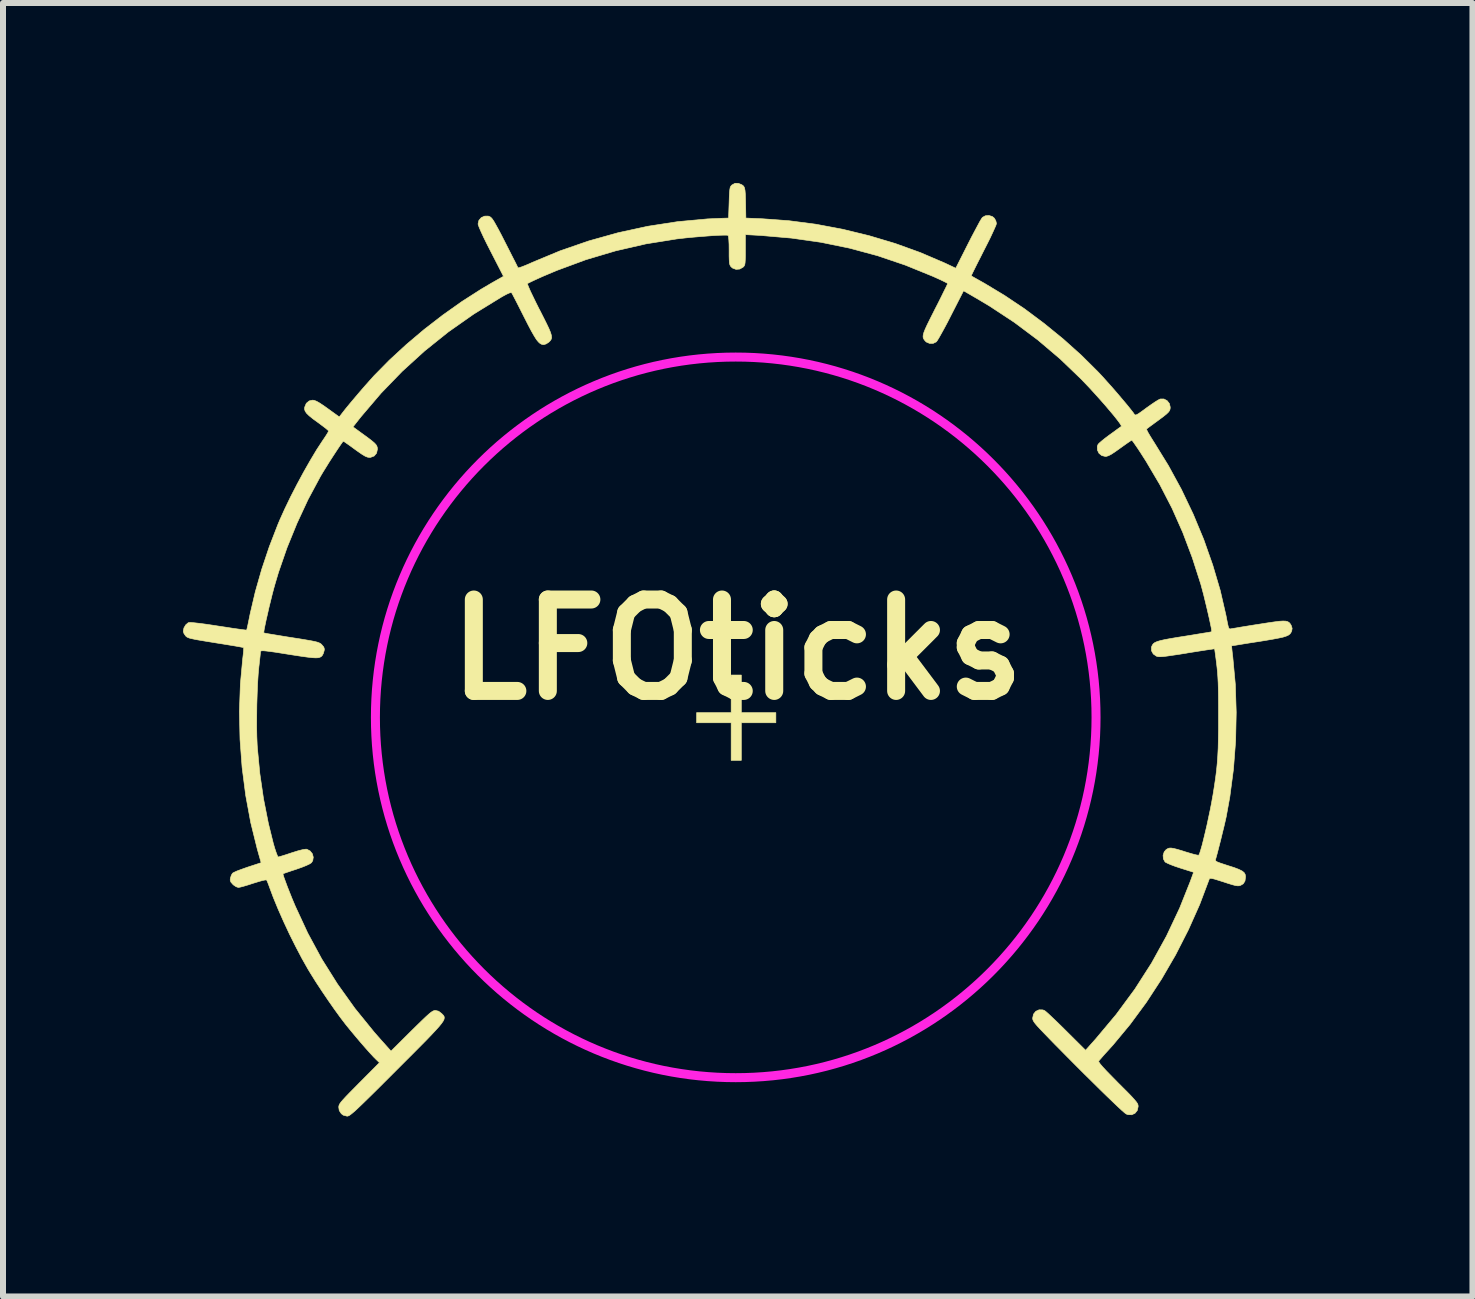
<source format=kicad_pcb>
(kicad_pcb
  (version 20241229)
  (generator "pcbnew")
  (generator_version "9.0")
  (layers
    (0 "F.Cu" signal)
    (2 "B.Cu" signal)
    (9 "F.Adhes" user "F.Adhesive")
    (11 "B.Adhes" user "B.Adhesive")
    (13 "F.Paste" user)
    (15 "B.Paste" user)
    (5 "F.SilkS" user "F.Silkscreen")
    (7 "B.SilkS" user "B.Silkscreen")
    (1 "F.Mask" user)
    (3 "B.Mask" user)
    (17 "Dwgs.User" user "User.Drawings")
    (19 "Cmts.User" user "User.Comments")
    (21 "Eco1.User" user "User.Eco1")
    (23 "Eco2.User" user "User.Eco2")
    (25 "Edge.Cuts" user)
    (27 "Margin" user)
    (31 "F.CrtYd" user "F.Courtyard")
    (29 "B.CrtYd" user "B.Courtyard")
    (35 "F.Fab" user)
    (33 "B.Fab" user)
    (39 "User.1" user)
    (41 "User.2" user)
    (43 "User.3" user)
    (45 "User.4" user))
  (footprint "LFOticks"
    (layer "F.Cu")
    (at 9.214 8.921)
    (property "Reference" "LFOticks" (at 0.025 -1.143 0) (layer "F.SilkS") (effects (font (size 1.524 1.524) (thickness 0.3))))
    (attr through_hole)
    (fp_poly (pts (xy 0.093 -0.092) (xy 0.669 -0.092) (xy 0.669 0.077) (xy 0.093 0.077) (xy 0.093 0.704) (xy -0.076 0.704) (xy -0.076 0.077) (xy -0.652 0.077) (xy -0.652 -0.092) (xy -0.076 -0.092) (xy -0.076 -0.719) (xy 0.093 -0.719) (xy 0.093 -0.092)) (stroke (width 0.01) (type solid)) (fill yes) (layer "F.SilkS"))
    (fp_poly (pts (xy 0.043 -8.915) (xy 0.094 -8.895) (xy 0.118 -8.881) (xy 0.135 -8.863) (xy 0.147 -8.837) (xy 0.155 -8.796) (xy 0.16 -8.737) (xy 0.163 -8.653) (xy 0.165 -8.565) (xy 0.169 -8.336) (xy 0.449 -8.324) (xy 0.886 -8.292) (xy 1.332 -8.234) (xy 1.78 -8.15) (xy 2.224 -8.042) (xy 2.659 -7.912) (xy 3.077 -7.761) (xy 3.474 -7.591) (xy 3.494 -7.582) (xy 3.668 -7.5) (xy 3.874 -7.908) (xy 3.93 -8.018) (xy 3.983 -8.118) (xy 4.03 -8.206) (xy 4.068 -8.277) (xy 4.097 -8.325) (xy 4.112 -8.347) (xy 4.161 -8.374) (xy 4.22 -8.379) (xy 4.277 -8.362) (xy 4.311 -8.334) (xy 4.336 -8.289) (xy 4.346 -8.246) (xy 4.339 -8.22) (xy 4.317 -8.169) (xy 4.284 -8.096) (xy 4.242 -8.006) (xy 4.191 -7.904) (xy 4.135 -7.794) (xy 4.133 -7.79) (xy 4.078 -7.681) (xy 4.028 -7.583) (xy 3.986 -7.499) (xy 3.954 -7.434) (xy 3.933 -7.39) (xy 3.926 -7.372) (xy 3.926 -7.372) (xy 3.942 -7.363) (xy 3.982 -7.34) (xy 4.041 -7.307) (xy 4.114 -7.266) (xy 4.151 -7.245) (xy 4.48 -7.047) (xy 4.813 -6.824) (xy 5.141 -6.579) (xy 5.459 -6.32) (xy 5.76 -6.05) (xy 6.035 -5.777) (xy 6.112 -5.695) (xy 6.19 -5.608) (xy 6.275 -5.513) (xy 6.361 -5.414) (xy 6.443 -5.317) (xy 6.518 -5.228) (xy 6.581 -5.15) (xy 6.627 -5.091) (xy 6.639 -5.073) (xy 6.651 -5.059) (xy 6.663 -5.053) (xy 6.682 -5.058) (xy 6.712 -5.074) (xy 6.758 -5.106) (xy 6.825 -5.155) (xy 6.849 -5.173) (xy 6.921 -5.224) (xy 6.987 -5.269) (xy 7.04 -5.302) (xy 7.074 -5.319) (xy 7.078 -5.32) (xy 7.138 -5.32) (xy 7.191 -5.292) (xy 7.229 -5.244) (xy 7.243 -5.184) (xy 7.241 -5.155) (xy 7.233 -5.129) (xy 7.214 -5.102) (xy 7.181 -5.07) (xy 7.129 -5.028) (xy 7.055 -4.973) (xy 7.032 -4.956) (xy 6.966 -4.908) (xy 6.909 -4.866) (xy 6.869 -4.836) (xy 6.849 -4.82) (xy 6.849 -4.82) (xy 6.853 -4.802) (xy 6.873 -4.762) (xy 6.907 -4.704) (xy 6.951 -4.633) (xy 6.979 -4.589) (xy 7.212 -4.211) (xy 7.429 -3.813) (xy 7.626 -3.4) (xy 7.801 -2.979) (xy 7.951 -2.553) (xy 8.076 -2.13) (xy 8.172 -1.714) (xy 8.185 -1.646) (xy 8.2 -1.571) (xy 8.211 -1.523) (xy 8.221 -1.497) (xy 8.234 -1.488) (xy 8.251 -1.488) (xy 8.259 -1.49) (xy 8.288 -1.495) (xy 8.344 -1.504) (xy 8.424 -1.518) (xy 8.523 -1.534) (xy 8.634 -1.552) (xy 8.725 -1.566) (xy 8.865 -1.588) (xy 8.975 -1.604) (xy 9.06 -1.615) (xy 9.123 -1.619) (xy 9.169 -1.617) (xy 9.202 -1.608) (xy 9.226 -1.593) (xy 9.244 -1.572) (xy 9.259 -1.547) (xy 9.275 -1.497) (xy 9.268 -1.455) (xy 9.256 -1.428) (xy 9.24 -1.405) (xy 9.215 -1.385) (xy 9.178 -1.368) (xy 9.125 -1.351) (xy 9.052 -1.335) (xy 8.957 -1.317) (xy 8.834 -1.296) (xy 8.718 -1.277) (xy 8.599 -1.259) (xy 8.492 -1.242) (xy 8.401 -1.227) (xy 8.33 -1.215) (xy 8.283 -1.208) (xy 8.266 -1.205) (xy 8.266 -1.205) (xy 8.267 -1.188) (xy 8.271 -1.145) (xy 8.278 -1.081) (xy 8.286 -1.016) (xy 8.328 -0.563) (xy 8.343 -0.096) (xy 8.333 0.378) (xy 8.297 0.85) (xy 8.236 1.314) (xy 8.176 1.644) (xy 8.16 1.715) (xy 8.138 1.81) (xy 8.111 1.919) (xy 8.083 2.035) (xy 8.054 2.148) (xy 8.028 2.249) (xy 8.006 2.329) (xy 7.998 2.356) (xy 7.997 2.371) (xy 8.006 2.384) (xy 8.03 2.398) (xy 8.075 2.415) (xy 8.144 2.438) (xy 8.202 2.457) (xy 8.309 2.491) (xy 8.387 2.521) (xy 8.441 2.548) (xy 8.474 2.574) (xy 8.492 2.604) (xy 8.498 2.64) (xy 8.498 2.646) (xy 8.489 2.715) (xy 8.46 2.761) (xy 8.416 2.787) (xy 8.393 2.794) (xy 8.366 2.795) (xy 8.329 2.79) (xy 8.277 2.776) (xy 8.202 2.753) (xy 8.135 2.731) (xy 8.043 2.702) (xy 7.978 2.682) (xy 7.936 2.672) (xy 7.911 2.67) (xy 7.898 2.675) (xy 7.893 2.684) (xy 7.734 3.106) (xy 7.546 3.527) (xy 7.334 3.943) (xy 7.099 4.348) (xy 6.845 4.737) (xy 6.574 5.105) (xy 6.29 5.447) (xy 6.205 5.541) (xy 6.149 5.602) (xy 6.102 5.656) (xy 6.067 5.696) (xy 6.05 5.717) (xy 6.05 5.717) (xy 6.054 5.733) (xy 6.076 5.765) (xy 6.118 5.814) (xy 6.181 5.882) (xy 6.267 5.97) (xy 6.372 6.077) (xy 6.471 6.176) (xy 6.549 6.254) (xy 6.607 6.315) (xy 6.649 6.362) (xy 6.678 6.397) (xy 6.696 6.423) (xy 6.705 6.445) (xy 6.708 6.464) (xy 6.708 6.475) (xy 6.694 6.539) (xy 6.656 6.586) (xy 6.602 6.611) (xy 6.541 6.61) (xy 6.51 6.599) (xy 6.484 6.58) (xy 6.437 6.539) (xy 6.37 6.477) (xy 6.286 6.397) (xy 6.186 6.301) (xy 6.072 6.19) (xy 5.948 6.067) (xy 5.813 5.934) (xy 5.671 5.792) (xy 5.524 5.644) (xy 5.374 5.492) (xy 5.327 5.445) (xy 5.222 5.337) (xy 5.139 5.251) (xy 5.074 5.183) (xy 5.026 5.131) (xy 4.992 5.091) (xy 4.97 5.061) (xy 4.957 5.037) (xy 4.951 5.018) (xy 4.95 4.999) (xy 4.95 4.998) (xy 4.964 4.934) (xy 5.002 4.887) (xy 5.056 4.862) (xy 5.118 4.863) (xy 5.148 4.874) (xy 5.17 4.891) (xy 5.212 4.928) (xy 5.27 4.983) (xy 5.342 5.051) (xy 5.424 5.131) (xy 5.508 5.214) (xy 5.832 5.536) (xy 6.003 5.344) (xy 6.343 4.938) (xy 6.652 4.519) (xy 6.931 4.084) (xy 7.18 3.633) (xy 7.4 3.166) (xy 7.576 2.725) (xy 7.633 2.569) (xy 7.411 2.499) (xy 7.327 2.471) (xy 7.252 2.443) (xy 7.195 2.418) (xy 7.161 2.4) (xy 7.157 2.397) (xy 7.129 2.347) (xy 7.124 2.287) (xy 7.142 2.23) (xy 7.17 2.196) (xy 7.196 2.178) (xy 7.223 2.167) (xy 7.256 2.165) (xy 7.301 2.172) (xy 7.364 2.188) (xy 7.451 2.214) (xy 7.497 2.229) (xy 7.577 2.253) (xy 7.644 2.272) (xy 7.693 2.283) (xy 7.718 2.285) (xy 7.719 2.284) (xy 7.732 2.257) (xy 7.75 2.201) (xy 7.773 2.122) (xy 7.798 2.023) (xy 7.825 1.911) (xy 7.854 1.788) (xy 7.881 1.661) (xy 7.908 1.534) (xy 7.932 1.411) (xy 7.952 1.297) (xy 7.954 1.289) (xy 7.978 1.139) (xy 7.998 1.004) (xy 8.014 0.879) (xy 8.026 0.758) (xy 8.035 0.634) (xy 8.042 0.5) (xy 8.045 0.352) (xy 8.048 0.183) (xy 8.048 -0.015) (xy 8.048 -0.025) (xy 8.048 -0.204) (xy 8.047 -0.355) (xy 8.045 -0.481) (xy 8.042 -0.589) (xy 8.037 -0.682) (xy 8.031 -0.766) (xy 8.023 -0.846) (xy 8.017 -0.897) (xy 8.006 -0.986) (xy 7.996 -1.061) (xy 7.988 -1.118) (xy 7.984 -1.15) (xy 7.982 -1.155) (xy 7.965 -1.154) (xy 7.919 -1.147) (xy 7.848 -1.137) (xy 7.757 -1.123) (xy 7.65 -1.106) (xy 7.53 -1.087) (xy 7.522 -1.085) (xy 7.385 -1.063) (xy 7.276 -1.047) (xy 7.193 -1.035) (xy 7.131 -1.027) (xy 7.085 -1.024) (xy 7.053 -1.024) (xy 7.029 -1.028) (xy 7.011 -1.034) (xy 6.96 -1.07) (xy 6.931 -1.123) (xy 6.93 -1.182) (xy 6.933 -1.192) (xy 6.945 -1.218) (xy 6.961 -1.241) (xy 6.987 -1.26) (xy 7.026 -1.277) (xy 7.08 -1.293) (xy 7.155 -1.31) (xy 7.254 -1.328) (xy 7.379 -1.349) (xy 7.481 -1.365) (xy 7.6 -1.384) (xy 7.708 -1.402) (xy 7.799 -1.417) (xy 7.871 -1.428) (xy 7.917 -1.437) (xy 7.935 -1.44) (xy 7.935 -1.44) (xy 7.934 -1.458) (xy 7.927 -1.504) (xy 7.913 -1.571) (xy 7.895 -1.656) (xy 7.873 -1.752) (xy 7.849 -1.855) (xy 7.824 -1.958) (xy 7.8 -2.057) (xy 7.776 -2.147) (xy 7.756 -2.221) (xy 7.754 -2.229) (xy 7.611 -2.674) (xy 7.452 -3.095) (xy 7.273 -3.499) (xy 7.07 -3.892) (xy 6.84 -4.282) (xy 6.748 -4.426) (xy 6.7 -4.499) (xy 6.657 -4.561) (xy 6.625 -4.607) (xy 6.605 -4.631) (xy 6.602 -4.634) (xy 6.585 -4.624) (xy 6.546 -4.598) (xy 6.49 -4.559) (xy 6.423 -4.511) (xy 6.405 -4.498) (xy 6.322 -4.439) (xy 6.261 -4.399) (xy 6.215 -4.375) (xy 6.18 -4.364) (xy 6.163 -4.362) (xy 6.102 -4.377) (xy 6.055 -4.415) (xy 6.029 -4.469) (xy 6.027 -4.529) (xy 6.04 -4.564) (xy 6.059 -4.584) (xy 6.1 -4.62) (xy 6.157 -4.666) (xy 6.225 -4.717) (xy 6.239 -4.727) (xy 6.307 -4.776) (xy 6.364 -4.818) (xy 6.406 -4.848) (xy 6.427 -4.863) (xy 6.428 -4.864) (xy 6.424 -4.881) (xy 6.399 -4.92) (xy 6.357 -4.976) (xy 6.3 -5.048) (xy 6.23 -5.131) (xy 6.152 -5.223) (xy 6.067 -5.319) (xy 5.978 -5.418) (xy 5.888 -5.516) (xy 5.8 -5.608) (xy 5.762 -5.648) (xy 5.407 -5.989) (xy 5.036 -6.304) (xy 4.645 -6.597) (xy 4.23 -6.87) (xy 4.034 -6.987) (xy 3.798 -7.124) (xy 3.588 -6.713) (xy 3.532 -6.603) (xy 3.478 -6.502) (xy 3.43 -6.415) (xy 3.39 -6.344) (xy 3.361 -6.296) (xy 3.344 -6.273) (xy 3.344 -6.273) (xy 3.291 -6.247) (xy 3.231 -6.247) (xy 3.177 -6.27) (xy 3.165 -6.281) (xy 3.144 -6.305) (xy 3.13 -6.328) (xy 3.123 -6.353) (xy 3.125 -6.385) (xy 3.136 -6.428) (xy 3.158 -6.484) (xy 3.192 -6.558) (xy 3.239 -6.653) (xy 3.3 -6.774) (xy 3.32 -6.814) (xy 3.376 -6.923) (xy 3.426 -7.023) (xy 3.468 -7.109) (xy 3.502 -7.177) (xy 3.524 -7.223) (xy 3.533 -7.244) (xy 3.533 -7.245) (xy 3.518 -7.255) (xy 3.478 -7.276) (xy 3.416 -7.306) (xy 3.339 -7.341) (xy 3.283 -7.366) (xy 2.826 -7.552) (xy 2.366 -7.708) (xy 1.899 -7.834) (xy 1.421 -7.932) (xy 0.93 -8.002) (xy 0.42 -8.046) (xy 0.369 -8.049) (xy 0.161 -8.06) (xy 0.161 -7.807) (xy 0.161 -7.709) (xy 0.159 -7.639) (xy 0.156 -7.592) (xy 0.151 -7.56) (xy 0.142 -7.539) (xy 0.128 -7.523) (xy 0.122 -7.517) (xy 0.067 -7.486) (xy 0.005 -7.481) (xy -0.052 -7.502) (xy -0.073 -7.52) (xy -0.088 -7.537) (xy -0.098 -7.559) (xy -0.105 -7.589) (xy -0.108 -7.635) (xy -0.11 -7.703) (xy -0.11 -7.798) (xy -0.111 -7.895) (xy -0.115 -7.972) (xy -0.12 -8.024) (xy -0.127 -8.048) (xy -0.127 -8.048) (xy -0.151 -8.051) (xy -0.204 -8.051) (xy -0.279 -8.049) (xy -0.373 -8.044) (xy -0.48 -8.036) (xy -0.595 -8.027) (xy -0.712 -8.017) (xy -0.827 -8.006) (xy -0.934 -7.994) (xy -0.985 -7.988) (xy -1.496 -7.906) (xy -2 -7.79) (xy -2.498 -7.642) (xy -2.987 -7.461) (xy -3.219 -7.363) (xy -3.303 -7.325) (xy -3.375 -7.292) (xy -3.431 -7.265) (xy -3.465 -7.248) (xy -3.471 -7.243) (xy -3.468 -7.225) (xy -3.45 -7.181) (xy -3.421 -7.114) (xy -3.38 -7.029) (xy -3.332 -6.93) (xy -3.277 -6.82) (xy -3.271 -6.81) (xy -3.204 -6.678) (xy -3.152 -6.574) (xy -3.113 -6.492) (xy -3.087 -6.429) (xy -3.073 -6.381) (xy -3.069 -6.345) (xy -3.075 -6.318) (xy -3.089 -6.295) (xy -3.111 -6.272) (xy -3.119 -6.265) (xy -3.161 -6.238) (xy -3.201 -6.226) (xy -3.201 -6.226) (xy -3.23 -6.23) (xy -3.259 -6.244) (xy -3.288 -6.27) (xy -3.322 -6.311) (xy -3.36 -6.372) (xy -3.407 -6.454) (xy -3.464 -6.562) (xy -3.525 -6.682) (xy -3.578 -6.787) (xy -3.627 -6.884) (xy -3.669 -6.966) (xy -3.703 -7.031) (xy -3.725 -7.073) (xy -3.733 -7.087) (xy -3.747 -7.094) (xy -3.774 -7.087) (xy -3.819 -7.067) (xy -3.887 -7.03) (xy -3.916 -7.013) (xy -4.365 -6.737) (xy -4.788 -6.44) (xy -5.185 -6.122) (xy -5.56 -5.781) (xy -5.913 -5.416) (xy -6.246 -5.025) (xy -6.284 -4.977) (xy -6.38 -4.855) (xy -6.233 -4.748) (xy -6.142 -4.682) (xy -6.075 -4.631) (xy -6.028 -4.592) (xy -5.998 -4.561) (xy -5.982 -4.534) (xy -5.974 -4.507) (xy -5.973 -4.482) (xy -5.987 -4.417) (xy -6.027 -4.37) (xy -6.087 -4.347) (xy -6.107 -4.346) (xy -6.139 -4.351) (xy -6.178 -4.367) (xy -6.231 -4.399) (xy -6.302 -4.448) (xy -6.348 -4.481) (xy -6.416 -4.531) (xy -6.474 -4.572) (xy -6.517 -4.602) (xy -6.539 -4.616) (xy -6.541 -4.617) (xy -6.554 -4.603) (xy -6.581 -4.565) (xy -6.62 -4.508) (xy -6.667 -4.437) (xy -6.72 -4.356) (xy -6.775 -4.271) (xy -6.828 -4.185) (xy -6.878 -4.105) (xy -6.92 -4.034) (xy -6.93 -4.016) (xy -7.13 -3.643) (xy -7.314 -3.247) (xy -7.48 -2.84) (xy -7.622 -2.43) (xy -7.677 -2.245) (xy -7.701 -2.16) (xy -7.727 -2.061) (xy -7.753 -1.955) (xy -7.78 -1.846) (xy -7.804 -1.739) (xy -7.827 -1.64) (xy -7.845 -1.554) (xy -7.859 -1.485) (xy -7.866 -1.439) (xy -7.866 -1.421) (xy -7.848 -1.417) (xy -7.802 -1.408) (xy -7.73 -1.396) (xy -7.638 -1.381) (xy -7.53 -1.363) (xy -7.411 -1.344) (xy -7.404 -1.343) (xy -7.268 -1.322) (xy -7.161 -1.304) (xy -7.08 -1.29) (xy -7.019 -1.278) (xy -6.976 -1.267) (xy -6.946 -1.256) (xy -6.924 -1.245) (xy -6.907 -1.232) (xy -6.899 -1.223) (xy -6.867 -1.185) (xy -6.857 -1.151) (xy -6.861 -1.123) (xy -6.875 -1.077) (xy -6.892 -1.045) (xy -6.909 -1.027) (xy -6.931 -1.015) (xy -6.961 -1.007) (xy -7.002 -1.005) (xy -7.06 -1.008) (xy -7.138 -1.017) (xy -7.24 -1.031) (xy -7.37 -1.051) (xy -7.416 -1.058) (xy -7.56 -1.081) (xy -7.673 -1.099) (xy -7.761 -1.111) (xy -7.825 -1.119) (xy -7.869 -1.123) (xy -7.898 -1.123) (xy -7.914 -1.119) (xy -7.921 -1.112) (xy -7.922 -1.105) (xy -7.924 -1.081) (xy -7.929 -1.03) (xy -7.937 -0.96) (xy -7.946 -0.877) (xy -7.948 -0.863) (xy -7.96 -0.734) (xy -7.97 -0.579) (xy -7.977 -0.406) (xy -7.983 -0.223) (xy -7.985 -0.038) (xy -7.986 0.14) (xy -7.983 0.305) (xy -7.977 0.447) (xy -7.974 0.492) (xy -7.933 0.923) (xy -7.871 1.347) (xy -7.79 1.756) (xy -7.709 2.084) (xy -7.685 2.167) (xy -7.662 2.236) (xy -7.643 2.286) (xy -7.63 2.312) (xy -7.627 2.314) (xy -7.604 2.309) (xy -7.557 2.295) (xy -7.49 2.274) (xy -7.412 2.248) (xy -7.4 2.244) (xy -7.298 2.212) (xy -7.219 2.192) (xy -7.166 2.184) (xy -7.15 2.185) (xy -7.095 2.214) (xy -7.057 2.261) (xy -7.042 2.318) (xy -7.051 2.376) (xy -7.073 2.41) (xy -7.103 2.43) (xy -7.158 2.456) (xy -7.233 2.486) (xy -7.321 2.517) (xy -7.323 2.518) (xy -7.403 2.544) (xy -7.471 2.567) (xy -7.52 2.584) (xy -7.545 2.594) (xy -7.546 2.594) (xy -7.544 2.612) (xy -7.53 2.657) (xy -7.506 2.723) (xy -7.475 2.807) (xy -7.437 2.903) (xy -7.396 3.006) (xy -7.351 3.113) (xy -7.343 3.132) (xy -7.135 3.581) (xy -6.901 4.014) (xy -6.639 4.431) (xy -6.348 4.838) (xy -6.026 5.235) (xy -5.909 5.368) (xy -5.746 5.55) (xy -5.405 5.211) (xy -5.303 5.111) (xy -5.223 5.033) (xy -5.16 4.973) (xy -5.112 4.93) (xy -5.076 4.901) (xy -5.049 4.884) (xy -5.028 4.875) (xy -5.009 4.872) (xy -5.008 4.872) (xy -4.953 4.885) (xy -4.902 4.924) (xy -4.884 4.942) (xy -4.869 4.959) (xy -4.86 4.977) (xy -4.858 4.997) (xy -4.863 5.022) (xy -4.878 5.052) (xy -4.905 5.091) (xy -4.944 5.139) (xy -4.997 5.198) (xy -5.065 5.271) (xy -5.15 5.36) (xy -5.254 5.465) (xy -5.378 5.59) (xy -5.523 5.735) (xy -5.647 5.859) (xy -5.804 6.016) (xy -5.938 6.15) (xy -6.052 6.263) (xy -6.148 6.357) (xy -6.227 6.434) (xy -6.292 6.496) (xy -6.343 6.544) (xy -6.384 6.579) (xy -6.415 6.604) (xy -6.438 6.621) (xy -6.456 6.63) (xy -6.471 6.634) (xy -6.478 6.635) (xy -6.542 6.618) (xy -6.575 6.593) (xy -6.609 6.541) (xy -6.617 6.488) (xy -6.616 6.468) (xy -6.61 6.448) (xy -6.598 6.425) (xy -6.577 6.396) (xy -6.543 6.357) (xy -6.495 6.305) (xy -6.43 6.238) (xy -6.345 6.152) (xy -6.278 6.084) (xy -5.939 5.743) (xy -5.991 5.693) (xy -6.036 5.648) (xy -6.098 5.581) (xy -6.171 5.499) (xy -6.251 5.407) (xy -6.334 5.309) (xy -6.415 5.212) (xy -6.49 5.12) (xy -6.505 5.101) (xy -6.592 4.987) (xy -6.69 4.852) (xy -6.794 4.703) (xy -6.899 4.548) (xy -6.999 4.396) (xy -7.088 4.253) (xy -7.131 4.182) (xy -7.231 4.005) (xy -7.334 3.809) (xy -7.438 3.601) (xy -7.537 3.389) (xy -7.628 3.183) (xy -7.708 2.989) (xy -7.761 2.847) (xy -7.784 2.784) (xy -7.804 2.732) (xy -7.818 2.701) (xy -7.821 2.697) (xy -7.841 2.697) (xy -7.887 2.706) (xy -7.951 2.724) (xy -8.029 2.748) (xy -8.043 2.752) (xy -8.125 2.779) (xy -8.199 2.801) (xy -8.256 2.816) (xy -8.29 2.822) (xy -8.292 2.822) (xy -8.328 2.81) (xy -8.37 2.782) (xy -8.382 2.771) (xy -8.416 2.732) (xy -8.427 2.698) (xy -8.423 2.666) (xy -8.408 2.619) (xy -8.388 2.585) (xy -8.364 2.571) (xy -8.314 2.548) (xy -8.244 2.522) (xy -8.163 2.493) (xy -8.137 2.484) (xy -7.911 2.41) (xy -7.976 2.18) (xy -8.084 1.743) (xy -8.168 1.289) (xy -8.228 0.824) (xy -8.263 0.355) (xy -8.273 -0.112) (xy -8.257 -0.57) (xy -8.219 -0.982) (xy -8.21 -1.058) (xy -8.204 -1.12) (xy -8.202 -1.162) (xy -8.203 -1.176) (xy -8.221 -1.18) (xy -8.268 -1.189) (xy -8.34 -1.202) (xy -8.432 -1.217) (xy -8.541 -1.235) (xy -8.661 -1.254) (xy -8.672 -1.256) (xy -8.809 -1.278) (xy -8.917 -1.296) (xy -8.999 -1.31) (xy -9.059 -1.323) (xy -9.102 -1.333) (xy -9.132 -1.344) (xy -9.152 -1.355) (xy -9.166 -1.367) (xy -9.171 -1.373) (xy -9.198 -1.412) (xy -9.209 -1.449) (xy -9.209 -1.45) (xy -9.198 -1.504) (xy -9.168 -1.555) (xy -9.128 -1.589) (xy -9.114 -1.594) (xy -9.086 -1.595) (xy -9.028 -1.59) (xy -8.947 -1.581) (xy -8.846 -1.568) (xy -8.73 -1.551) (xy -8.613 -1.533) (xy -8.493 -1.515) (xy -8.385 -1.498) (xy -8.292 -1.485) (xy -8.219 -1.475) (xy -8.171 -1.469) (xy -8.152 -1.468) (xy -8.152 -1.468) (xy -8.148 -1.485) (xy -8.137 -1.531) (xy -8.123 -1.598) (xy -8.106 -1.681) (xy -8.093 -1.745) (xy -8.008 -2.107) (xy -7.901 -2.482) (xy -7.775 -2.858) (xy -7.633 -3.225) (xy -7.599 -3.306) (xy -7.515 -3.492) (xy -7.419 -3.691) (xy -7.314 -3.895) (xy -7.204 -4.099) (xy -7.093 -4.294) (xy -6.986 -4.473) (xy -6.884 -4.629) (xy -6.86 -4.664) (xy -6.825 -4.717) (xy -6.799 -4.76) (xy -6.787 -4.784) (xy -6.786 -4.786) (xy -6.799 -4.801) (xy -6.835 -4.832) (xy -6.888 -4.872) (xy -6.952 -4.92) (xy -6.956 -4.923) (xy -7.047 -4.989) (xy -7.112 -5.042) (xy -7.155 -5.084) (xy -7.179 -5.121) (xy -7.188 -5.154) (xy -7.185 -5.184) (xy -7.158 -5.248) (xy -7.11 -5.288) (xy -7.052 -5.301) (xy -7.022 -5.296) (xy -6.983 -5.28) (xy -6.931 -5.25) (xy -6.861 -5.203) (xy -6.802 -5.161) (xy -6.608 -5.021) (xy -6.566 -5.076) (xy -6.51 -5.148) (xy -6.437 -5.237) (xy -6.352 -5.338) (xy -6.262 -5.444) (xy -6.171 -5.549) (xy -6.086 -5.644) (xy -6.027 -5.71) (xy -5.774 -5.967) (xy -5.495 -6.224) (xy -5.196 -6.477) (xy -4.883 -6.719) (xy -4.564 -6.945) (xy -4.244 -7.15) (xy -4.071 -7.252) (xy -3.871 -7.365) (xy -4.083 -7.778) (xy -4.147 -7.903) (xy -4.201 -8.013) (xy -4.244 -8.106) (xy -4.275 -8.177) (xy -4.292 -8.223) (xy -4.295 -8.239) (xy -4.281 -8.298) (xy -4.242 -8.343) (xy -4.187 -8.368) (xy -4.126 -8.369) (xy -4.098 -8.359) (xy -4.08 -8.346) (xy -4.059 -8.323) (xy -4.033 -8.285) (xy -4.001 -8.229) (xy -3.959 -8.153) (xy -3.906 -8.053) (xy -3.843 -7.929) (xy -3.788 -7.821) (xy -3.738 -7.722) (xy -3.695 -7.638) (xy -3.661 -7.571) (xy -3.639 -7.526) (xy -3.63 -7.507) (xy -3.63 -7.507) (xy -3.613 -7.508) (xy -3.572 -7.521) (xy -3.51 -7.545) (xy -3.434 -7.577) (xy -3.391 -7.597) (xy -2.929 -7.789) (xy -2.452 -7.954) (xy -1.963 -8.091) (xy -1.467 -8.199) (xy -0.969 -8.276) (xy -0.472 -8.322) (xy -0.246 -8.332) (xy -0.119 -8.336) (xy -0.11 -8.596) (xy -0.107 -8.695) (xy -0.103 -8.767) (xy -0.098 -8.815) (xy -0.092 -8.847) (xy -0.082 -8.867) (xy -0.069 -8.882) (xy -0.062 -8.888) (xy -0.011 -8.916) (xy 0.043 -8.915)) (stroke (width 0.01) (type solid)) (fill yes) (layer "F.SilkS"))
    (fp_circle (center 0 -0.013) (end 3.924 4.534) (stroke (width 0.15) (type solid)) (fill no) (layer "F.CrtYd")))
  (gr_rect
    (start -3 -3)
    (end 21.495 18.561)
    (stroke (width 0.1) (type default))
    (fill no)
    (layer "Edge.Cuts")))
</source>
